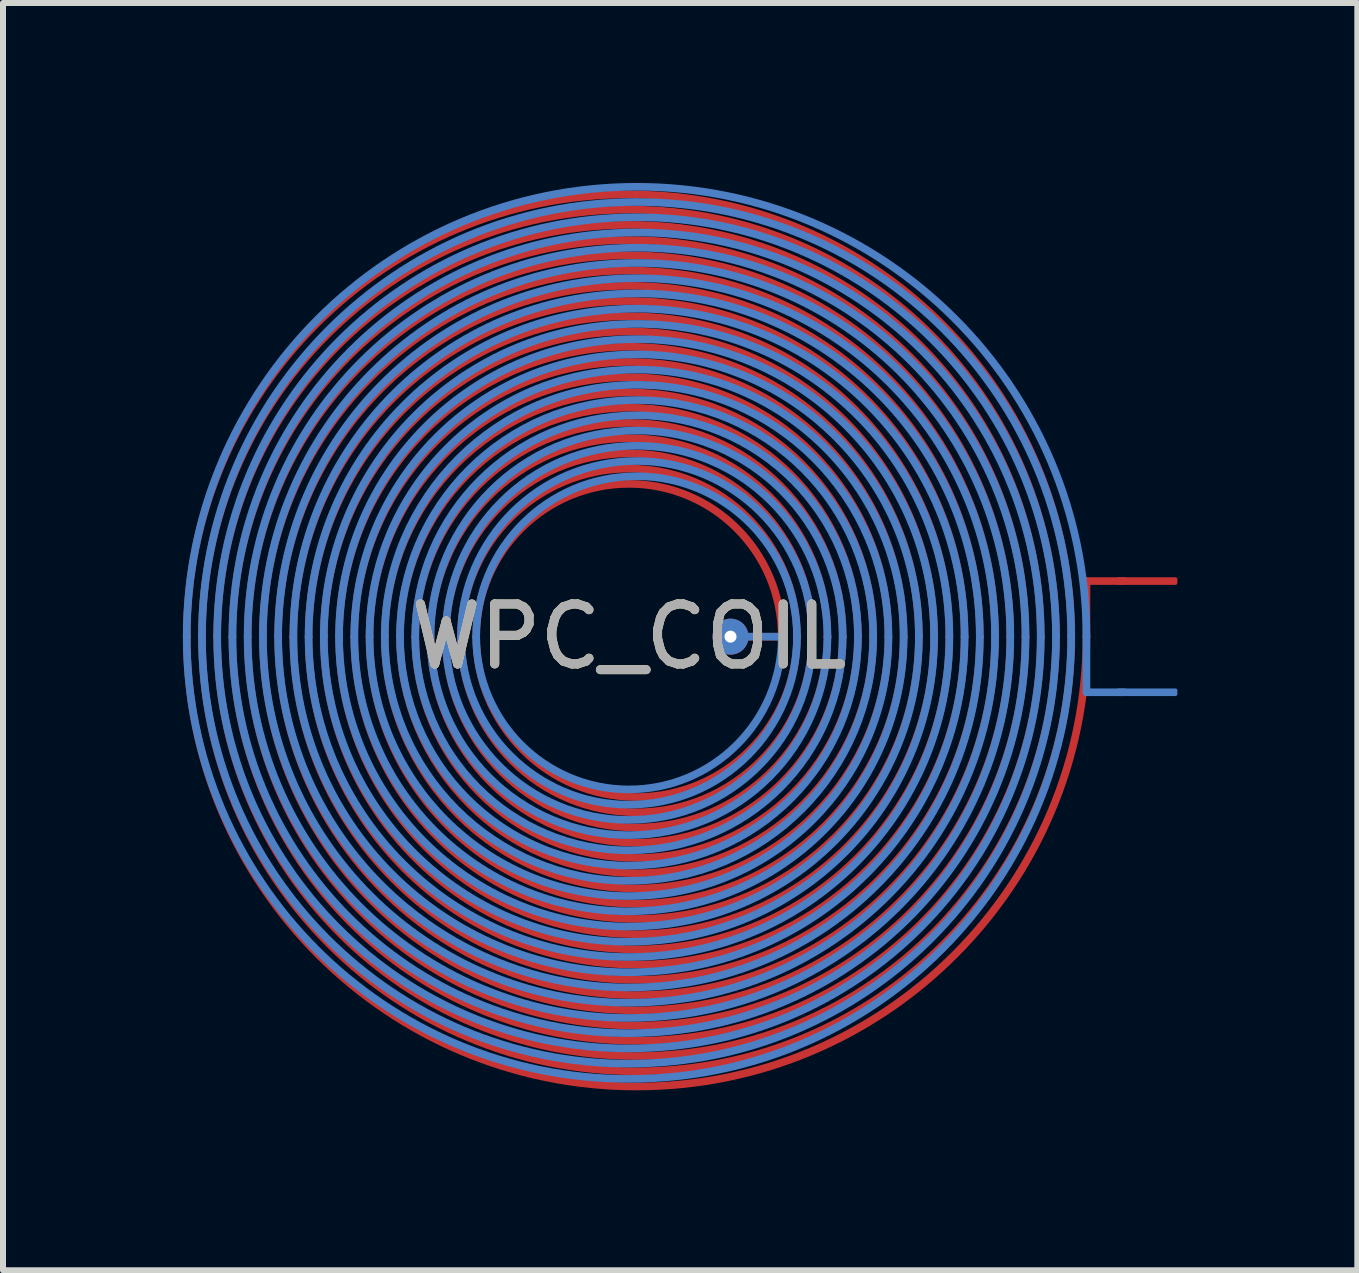
<source format=kicad_pcb>
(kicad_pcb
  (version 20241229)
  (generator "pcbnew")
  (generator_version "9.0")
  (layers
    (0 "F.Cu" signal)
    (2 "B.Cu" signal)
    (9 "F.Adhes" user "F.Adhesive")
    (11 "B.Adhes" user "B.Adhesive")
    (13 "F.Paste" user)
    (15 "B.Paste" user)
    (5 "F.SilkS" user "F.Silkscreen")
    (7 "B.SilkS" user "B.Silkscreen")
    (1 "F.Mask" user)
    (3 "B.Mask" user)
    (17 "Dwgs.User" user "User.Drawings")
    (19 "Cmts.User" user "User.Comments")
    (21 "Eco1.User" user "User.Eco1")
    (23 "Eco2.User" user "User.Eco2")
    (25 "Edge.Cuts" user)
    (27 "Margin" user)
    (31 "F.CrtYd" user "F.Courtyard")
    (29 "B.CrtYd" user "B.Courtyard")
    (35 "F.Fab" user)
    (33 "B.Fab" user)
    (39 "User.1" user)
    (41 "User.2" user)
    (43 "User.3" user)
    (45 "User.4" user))
  (footprint "WPC_COIL"
    (layer "F.Cu")
    (at 7.436 7.564)
    (property "Reference" "WPC_COIL" (at 0 0 0) (unlocked yes) (layer "F.SilkS") (effects (font (size 1 1) (thickness 0.15))))
    (attr smd exclude_from_pos_files exclude_from_bom allow_missing_courtyard)
    (fp_line (start 2.547 0) (end 1.693 0) (stroke (width 0.127) (type default)) (layer "F.Cu"))
    (fp_line (start 7.627 -0.927) (end 8.254 -0.927) (stroke (width 0.127) (type default)) (layer "F.Cu"))
    (fp_line (start 7.627 0) (end 7.627 -0.927) (stroke (width 0.127) (type default)) (layer "F.Cu"))
    (fp_arc (start -7.373 0) (mid 0 -7.373) (end 7.373 0) (stroke (width 0.127) (type default)) (layer "F.Cu"))
    (fp_arc (start -7.119 0) (mid 0 -7.119) (end 7.119 0) (stroke (width 0.127) (type default)) (layer "F.Cu"))
    (fp_arc (start -6.865 0) (mid 0 -6.865) (end 6.865 0) (stroke (width 0.127) (type default)) (layer "F.Cu"))
    (fp_arc (start -6.611 0) (mid 0 -6.611) (end 6.611 0) (stroke (width 0.127) (type default)) (layer "F.Cu"))
    (fp_arc (start -6.357 0) (mid 0 -6.357) (end 6.357 0) (stroke (width 0.127) (type default)) (layer "F.Cu"))
    (fp_arc (start -6.103 0) (mid 0 -6.103) (end 6.103 0) (stroke (width 0.127) (type default)) (layer "F.Cu"))
    (fp_arc (start -5.849 0) (mid 0 -5.849) (end 5.849 0) (stroke (width 0.127) (type default)) (layer "F.Cu"))
    (fp_arc (start -5.595 0) (mid 0 -5.595) (end 5.595 0) (stroke (width 0.127) (type default)) (layer "F.Cu"))
    (fp_arc (start -5.341 0) (mid 0 -5.341) (end 5.341 0) (stroke (width 0.127) (type default)) (layer "F.Cu"))
    (fp_arc (start -5.087 0) (mid 0 -5.087) (end 5.087 0) (stroke (width 0.127) (type default)) (layer "F.Cu"))
    (fp_arc (start -4.833 0) (mid 0 -4.833) (end 4.833 0) (stroke (width 0.127) (type default)) (layer "F.Cu"))
    (fp_arc (start -4.579 0) (mid 0 -4.579) (end 4.579 0) (stroke (width 0.127) (type default)) (layer "F.Cu"))
    (fp_arc (start -4.325 0) (mid 0 -4.325) (end 4.325 0) (stroke (width 0.127) (type default)) (layer "F.Cu"))
    (fp_arc (start -4.071 0) (mid 0 -4.071) (end 4.071 0) (stroke (width 0.127) (type default)) (layer "F.Cu"))
    (fp_arc (start -3.817 0) (mid 0 -3.817) (end 3.817 0) (stroke (width 0.127) (type default)) (layer "F.Cu"))
    (fp_arc (start -3.563 0) (mid 0 -3.563) (end 3.563 0) (stroke (width 0.127) (type default)) (layer "F.Cu"))
    (fp_arc (start -3.309 0) (mid 0 -3.309) (end 3.309 0) (stroke (width 0.127) (type default)) (layer "F.Cu"))
    (fp_arc (start -3.055 0) (mid 0 -3.055) (end 3.055 0) (stroke (width 0.127) (type default)) (layer "F.Cu"))
    (fp_arc (start -2.801 0) (mid 0 -2.801) (end 2.801 0) (stroke (width 0.127) (type default)) (layer "F.Cu"))
    (fp_arc (start -2.547 0) (mid 0 -2.547) (end 2.547 0) (stroke (width 0.127) (type default)) (layer "F.Cu"))
    (fp_arc (start 2.801 0) (mid 0.127 2.674) (end -2.547 0) (stroke (width 0.127) (type default)) (layer "F.Cu"))
    (fp_arc (start 3.055 0) (mid 0.127 2.928) (end -2.801 0) (stroke (width 0.127) (type default)) (layer "F.Cu"))
    (fp_arc (start 3.309 0) (mid 0.127 3.182) (end -3.055 0) (stroke (width 0.127) (type default)) (layer "F.Cu"))
    (fp_arc (start 3.563 0) (mid 0.127 3.436) (end -3.309 0) (stroke (width 0.127) (type default)) (layer "F.Cu"))
    (fp_arc (start 3.817 0) (mid 0.127 3.69) (end -3.563 0) (stroke (width 0.127) (type default)) (layer "F.Cu"))
    (fp_arc (start 4.071 0) (mid 0.127 3.944) (end -3.817 0) (stroke (width 0.127) (type default)) (layer "F.Cu"))
    (fp_arc (start 4.325 0) (mid 0.127 4.198) (end -4.071 0) (stroke (width 0.127) (type default)) (layer "F.Cu"))
    (fp_arc (start 4.579 0) (mid 0.127 4.452) (end -4.325 0) (stroke (width 0.127) (type default)) (layer "F.Cu"))
    (fp_arc (start 4.833 0) (mid 0.127 4.706) (end -4.579 0) (stroke (width 0.127) (type default)) (layer "F.Cu"))
    (fp_arc (start 5.087 0) (mid 0.127 4.96) (end -4.833 0) (stroke (width 0.127) (type default)) (layer "F.Cu"))
    (fp_arc (start 5.341 0) (mid 0.127 5.214) (end -5.087 0) (stroke (width 0.127) (type default)) (layer "F.Cu"))
    (fp_arc (start 5.595 0) (mid 0.127 5.468) (end -5.341 0) (stroke (width 0.127) (type default)) (layer "F.Cu"))
    (fp_arc (start 5.849 0) (mid 0.127 5.722) (end -5.595 0) (stroke (width 0.127) (type default)) (layer "F.Cu"))
    (fp_arc (start 6.103 0) (mid 0.127 5.976) (end -5.849 0) (stroke (width 0.127) (type default)) (layer "F.Cu"))
    (fp_arc (start 6.357 0) (mid 0.127 6.23) (end -6.103 0) (stroke (width 0.127) (type default)) (layer "F.Cu"))
    (fp_arc (start 6.611 0) (mid 0.127 6.484) (end -6.357 0) (stroke (width 0.127) (type default)) (layer "F.Cu"))
    (fp_arc (start 6.865 0) (mid 0.127 6.738) (end -6.611 0) (stroke (width 0.127) (type default)) (layer "F.Cu"))
    (fp_arc (start 7.119 0) (mid 0.127 6.992) (end -6.865 0) (stroke (width 0.127) (type default)) (layer "F.Cu"))
    (fp_arc (start 7.373 0) (mid 0.127 7.246) (end -7.119 0) (stroke (width 0.127) (type default)) (layer "F.Cu"))
    (fp_arc (start 7.627 0) (mid 0.127 7.5) (end -7.373 0) (stroke (width 0.127) (type default)) (layer "F.Cu"))
    (fp_line (start 2.547 0) (end 1.693 0) (stroke (width 0.127) (type default)) (layer "B.Cu"))
    (fp_line (start 7.627 0) (end 7.627 0.927) (stroke (width 0.127) (type default)) (layer "B.Cu"))
    (fp_line (start 7.627 0.927) (end 8.254 0.927) (stroke (width 0.127) (type default)) (layer "B.Cu"))
    (fp_arc (start -7.373 0) (mid 0.127 -7.5) (end 7.627 0) (stroke (width 0.127) (type default)) (layer "B.Cu"))
    (fp_arc (start -7.119 0) (mid 0.127 -7.246) (end 7.373 0) (stroke (width 0.127) (type default)) (layer "B.Cu"))
    (fp_arc (start -6.865 0) (mid 0.127 -6.992) (end 7.119 0) (stroke (width 0.127) (type default)) (layer "B.Cu"))
    (fp_arc (start -6.611 0) (mid 0.127 -6.738) (end 6.865 0) (stroke (width 0.127) (type default)) (layer "B.Cu"))
    (fp_arc (start -6.357 0) (mid 0.127 -6.484) (end 6.611 0) (stroke (width 0.127) (type default)) (layer "B.Cu"))
    (fp_arc (start -6.103 0) (mid 0.127 -6.23) (end 6.357 0) (stroke (width 0.127) (type default)) (layer "B.Cu"))
    (fp_arc (start -5.849 0) (mid 0.127 -5.976) (end 6.103 0) (stroke (width 0.127) (type default)) (layer "B.Cu"))
    (fp_arc (start -5.595 0) (mid 0.127 -5.722) (end 5.849 0) (stroke (width 0.127) (type default)) (layer "B.Cu"))
    (fp_arc (start -5.341 0) (mid 0.127 -5.468) (end 5.595 0) (stroke (width 0.127) (type default)) (layer "B.Cu"))
    (fp_arc (start -5.087 0) (mid 0.127 -5.214) (end 5.341 0) (stroke (width 0.127) (type default)) (layer "B.Cu"))
    (fp_arc (start -4.833 0) (mid 0.127 -4.96) (end 5.087 0) (stroke (width 0.127) (type default)) (layer "B.Cu"))
    (fp_arc (start -4.579 0) (mid 0.127 -4.706) (end 4.833 0) (stroke (width 0.127) (type default)) (layer "B.Cu"))
    (fp_arc (start -4.325 0) (mid 0.127 -4.452) (end 4.579 0) (stroke (width 0.127) (type default)) (layer "B.Cu"))
    (fp_arc (start -4.071 0) (mid 0.127 -4.198) (end 4.325 0) (stroke (width 0.127) (type default)) (layer "B.Cu"))
    (fp_arc (start -3.817 0) (mid 0.127 -3.944) (end 4.071 0) (stroke (width 0.127) (type default)) (layer "B.Cu"))
    (fp_arc (start -3.563 0) (mid 0.127 -3.69) (end 3.817 0) (stroke (width 0.127) (type default)) (layer "B.Cu"))
    (fp_arc (start -3.309 0) (mid 0.127 -3.436) (end 3.563 0) (stroke (width 0.127) (type default)) (layer "B.Cu"))
    (fp_arc (start -3.055 0) (mid 0.127 -3.182) (end 3.309 0) (stroke (width 0.127) (type default)) (layer "B.Cu"))
    (fp_arc (start -2.801 0) (mid 0.127 -2.928) (end 3.055 0) (stroke (width 0.127) (type default)) (layer "B.Cu"))
    (fp_arc (start -2.547 0) (mid 0.127 -2.674) (end 2.801 0) (stroke (width 0.127) (type default)) (layer "B.Cu"))
    (fp_arc (start 2.547 0) (mid 0 2.547) (end -2.547 0) (stroke (width 0.127) (type default)) (layer "B.Cu"))
    (fp_arc (start 2.801 0) (mid 0 2.801) (end -2.801 0) (stroke (width 0.127) (type default)) (layer "B.Cu"))
    (fp_arc (start 3.055 0) (mid 0 3.055) (end -3.055 0) (stroke (width 0.127) (type default)) (layer "B.Cu"))
    (fp_arc (start 3.309 0) (mid 0 3.309) (end -3.309 0) (stroke (width 0.127) (type default)) (layer "B.Cu"))
    (fp_arc (start 3.563 0) (mid 0 3.563) (end -3.563 0) (stroke (width 0.127) (type default)) (layer "B.Cu"))
    (fp_arc (start 3.817 0) (mid 0 3.817) (end -3.817 0) (stroke (width 0.127) (type default)) (layer "B.Cu"))
    (fp_arc (start 4.071 0) (mid 0 4.071) (end -4.071 0) (stroke (width 0.127) (type default)) (layer "B.Cu"))
    (fp_arc (start 4.325 0) (mid 0 4.325) (end -4.325 0) (stroke (width 0.127) (type default)) (layer "B.Cu"))
    (fp_arc (start 4.579 0) (mid 0 4.579) (end -4.579 0) (stroke (width 0.127) (type default)) (layer "B.Cu"))
    (fp_arc (start 4.833 0) (mid 0 4.833) (end -4.833 0) (stroke (width 0.127) (type default)) (layer "B.Cu"))
    (fp_arc (start 5.087 0) (mid 0 5.087) (end -5.087 0) (stroke (width 0.127) (type default)) (layer "B.Cu"))
    (fp_arc (start 5.341 0) (mid 0 5.341) (end -5.341 0) (stroke (width 0.127) (type default)) (layer "B.Cu"))
    (fp_arc (start 5.595 0) (mid 0 5.595) (end -5.595 0) (stroke (width 0.127) (type default)) (layer "B.Cu"))
    (fp_arc (start 5.849 0) (mid 0 5.849) (end -5.849 0) (stroke (width 0.127) (type default)) (layer "B.Cu"))
    (fp_arc (start 6.103 0) (mid 0 6.103) (end -6.103 0) (stroke (width 0.127) (type default)) (layer "B.Cu"))
    (fp_arc (start 6.357 0) (mid 0 6.357) (end -6.357 0) (stroke (width 0.127) (type default)) (layer "B.Cu"))
    (fp_arc (start 6.611 0) (mid 0 6.611) (end -6.611 0) (stroke (width 0.127) (type default)) (layer "B.Cu"))
    (fp_arc (start 6.865 0) (mid 0 6.865) (end -6.865 0) (stroke (width 0.127) (type default)) (layer "B.Cu"))
    (fp_arc (start 7.119 0) (mid 0 7.119) (end -7.119 0) (stroke (width 0.127) (type default)) (layer "B.Cu"))
    (fp_arc (start 7.373 0) (mid 0 7.373) (end -7.373 0) (stroke (width 0.127) (type default)) (layer "B.Cu"))
    (fp_text user "${REFERENCE}" (at 0 0 0) (unlocked yes) (layer "F.Fab") (effects (font (size 1 1) (thickness 0.15))))
    (pad "0" thru_hole circle (at 1.693 0) (size 0.6 0.6) (drill 0.2) (layers "*.Cu") (remove_unused_layers yes) (keep_end_layers yes) (zone_layer_connections))
    (pad "1" smd roundrect (at 8.635 -0.927) (size 1.016 0.127) (layers "F.Cu") (roundrect_rratio 0.25))
    (pad "2" smd roundrect (at 8.635 0.927) (size 1.016 0.127) (layers "B.Cu") (roundrect_rratio 0.25)))
  (gr_rect
    (start -3 -3)
    (end 19.579 18.127)
    (stroke (width 0.1) (type default))
    (fill no)
    (layer "Edge.Cuts")))
</source>
